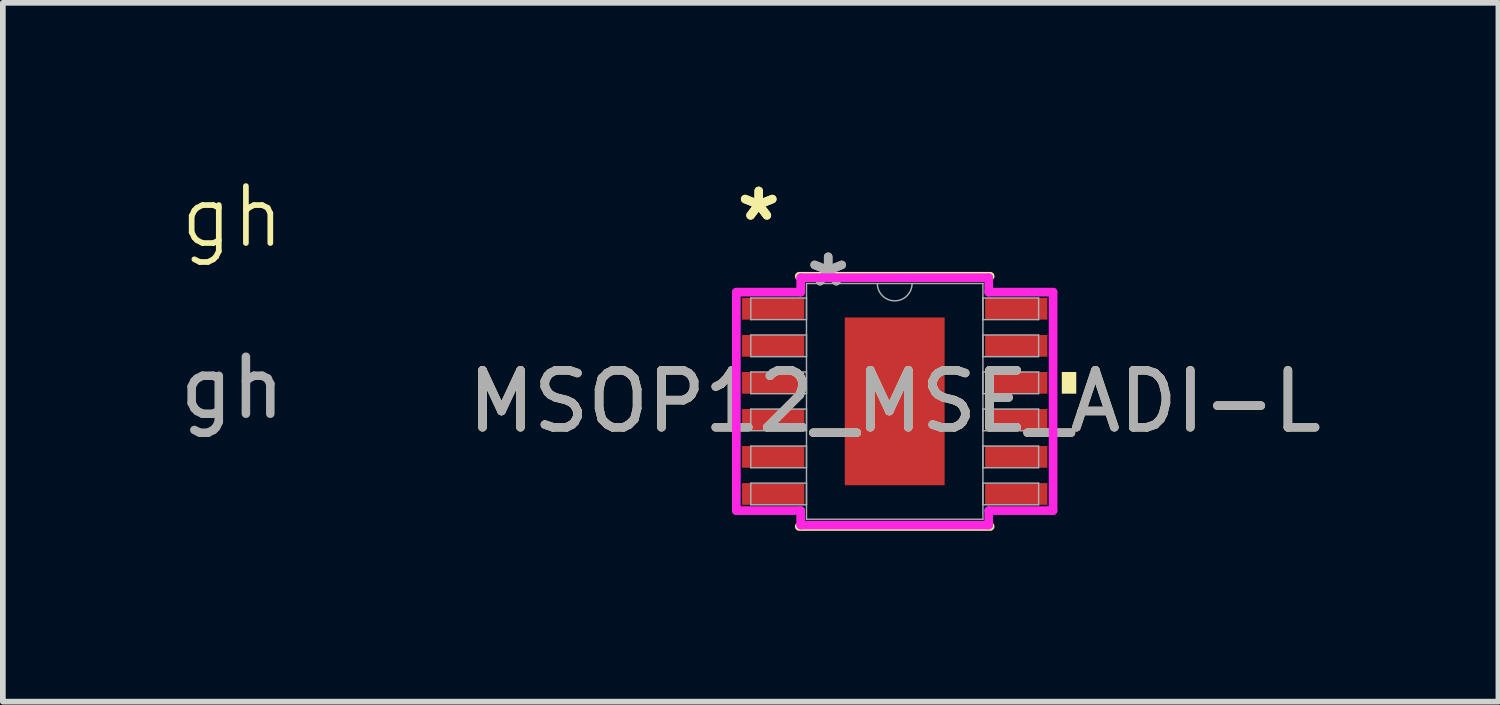
<source format=kicad_pcb>
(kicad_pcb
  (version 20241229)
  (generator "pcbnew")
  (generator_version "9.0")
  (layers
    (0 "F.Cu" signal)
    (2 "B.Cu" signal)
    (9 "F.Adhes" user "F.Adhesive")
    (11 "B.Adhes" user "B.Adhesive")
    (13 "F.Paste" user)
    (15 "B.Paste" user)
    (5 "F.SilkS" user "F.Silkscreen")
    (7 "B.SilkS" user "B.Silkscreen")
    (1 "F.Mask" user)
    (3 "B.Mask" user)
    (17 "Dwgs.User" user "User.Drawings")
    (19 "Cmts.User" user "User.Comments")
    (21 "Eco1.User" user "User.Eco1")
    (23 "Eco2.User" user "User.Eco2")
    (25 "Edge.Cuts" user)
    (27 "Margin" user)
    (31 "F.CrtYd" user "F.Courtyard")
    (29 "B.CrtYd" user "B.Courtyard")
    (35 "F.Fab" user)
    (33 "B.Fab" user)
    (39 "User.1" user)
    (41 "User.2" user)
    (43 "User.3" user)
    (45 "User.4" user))
  (footprint "gh"
    (layer "F.Cu")
    (at 1.03 1.26)
    (property "Reference" "gh" (at 0 -0.5 0) (unlocked yes) (layer "F.SilkS") (effects (font (size 1 1) (thickness 0.1))))
    (attr smd)
    (fp_text user "${REFERENCE}" (at 0 2.5 0) (unlocked yes) (layer "F.Fab") (effects (font (size 1 1) (thickness 0.15)))))
  (footprint "MSOP12_MSE_ADI-L"
    (layer "F.Cu")
    (at 12.661 3.998)
    (property "Reference" "MSOP12_MSE_ADI-L" (at 0 0 0) (unlocked yes) (layer "F.SilkS") (effects (font (size 1 1) (thickness 0.15))))
    (attr smd)
    (fp_line (start -1.676 2.197) (end 1.676 2.197) (stroke (width 0.152) (type solid)) (layer "F.SilkS"))
    (fp_line (start 1.676 -2.197) (end -1.676 -2.197) (stroke (width 0.152) (type solid)) (layer "F.SilkS"))
    (fp_poly (pts (xy 3.188 -0.516) (xy 3.188 -0.135) (xy 2.934 -0.135) (xy 2.934 -0.516)) (stroke (width 0) (type solid)) (fill yes) (layer "F.SilkS"))
    (fp_poly (pts (xy -0.776 -1.373) (xy -0.776 -0.1) (xy 0.776 -0.1) (xy 0.776 -1.373)) (stroke (width 0) (type solid)) (fill yes) (layer "F.Paste"))
    (fp_poly (pts (xy -0.776 0.1) (xy -0.776 1.373) (xy 0.776 1.373) (xy 0.776 0.1)) (stroke (width 0) (type solid)) (fill yes) (layer "F.Paste"))
    (fp_line (start -2.781 -1.918) (end -1.651 -1.918) (stroke (width 0.152) (type solid)) (layer "F.CrtYd"))
    (fp_line (start -2.781 1.918) (end -2.781 -1.918) (stroke (width 0.152) (type solid)) (layer "F.CrtYd"))
    (fp_line (start -2.781 1.918) (end -1.651 1.918) (stroke (width 0.152) (type solid)) (layer "F.CrtYd"))
    (fp_line (start -1.651 -2.172) (end 1.651 -2.172) (stroke (width 0.152) (type solid)) (layer "F.CrtYd"))
    (fp_line (start -1.651 -1.918) (end -1.651 -2.172) (stroke (width 0.152) (type solid)) (layer "F.CrtYd"))
    (fp_line (start -1.651 2.172) (end -1.651 1.918) (stroke (width 0.152) (type solid)) (layer "F.CrtYd"))
    (fp_line (start 1.651 -2.172) (end 1.651 -1.918) (stroke (width 0.152) (type solid)) (layer "F.CrtYd"))
    (fp_line (start 1.651 1.918) (end 1.651 2.172) (stroke (width 0.152) (type solid)) (layer "F.CrtYd"))
    (fp_line (start 1.651 2.172) (end -1.651 2.172) (stroke (width 0.152) (type solid)) (layer "F.CrtYd"))
    (fp_line (start 2.781 -1.918) (end 1.651 -1.918) (stroke (width 0.152) (type solid)) (layer "F.CrtYd"))
    (fp_line (start 2.781 -1.918) (end 2.781 1.918) (stroke (width 0.152) (type solid)) (layer "F.CrtYd"))
    (fp_line (start 2.781 1.918) (end 1.651 1.918) (stroke (width 0.152) (type solid)) (layer "F.CrtYd"))
    (fp_line (start -2.527 -1.816) (end -2.527 -1.435) (stroke (width 0.025) (type solid)) (layer "F.Fab"))
    (fp_line (start -2.527 -1.435) (end -1.549 -1.435) (stroke (width 0.025) (type solid)) (layer "F.Fab"))
    (fp_line (start -2.527 -1.166) (end -2.527 -0.785) (stroke (width 0.025) (type solid)) (layer "F.Fab"))
    (fp_line (start -2.527 -0.785) (end -1.549 -0.785) (stroke (width 0.025) (type solid)) (layer "F.Fab"))
    (fp_line (start -2.527 -0.516) (end -2.527 -0.135) (stroke (width 0.025) (type solid)) (layer "F.Fab"))
    (fp_line (start -2.527 -0.135) (end -1.549 -0.135) (stroke (width 0.025) (type solid)) (layer "F.Fab"))
    (fp_line (start -2.527 0.135) (end -2.527 0.516) (stroke (width 0.025) (type solid)) (layer "F.Fab"))
    (fp_line (start -2.527 0.516) (end -1.549 0.516) (stroke (width 0.025) (type solid)) (layer "F.Fab"))
    (fp_line (start -2.527 0.785) (end -2.527 1.166) (stroke (width 0.025) (type solid)) (layer "F.Fab"))
    (fp_line (start -2.527 1.166) (end -1.549 1.166) (stroke (width 0.025) (type solid)) (layer "F.Fab"))
    (fp_line (start -2.527 1.435) (end -2.527 1.816) (stroke (width 0.025) (type solid)) (layer "F.Fab"))
    (fp_line (start -2.527 1.816) (end -1.549 1.816) (stroke (width 0.025) (type solid)) (layer "F.Fab"))
    (fp_line (start -1.549 -2.07) (end -1.549 2.07) (stroke (width 0.025) (type solid)) (layer "F.Fab"))
    (fp_line (start -1.549 -1.816) (end -2.527 -1.816) (stroke (width 0.025) (type solid)) (layer "F.Fab"))
    (fp_line (start -1.549 -1.435) (end -1.549 -1.816) (stroke (width 0.025) (type solid)) (layer "F.Fab"))
    (fp_line (start -1.549 -1.166) (end -2.527 -1.166) (stroke (width 0.025) (type solid)) (layer "F.Fab"))
    (fp_line (start -1.549 -0.785) (end -1.549 -1.166) (stroke (width 0.025) (type solid)) (layer "F.Fab"))
    (fp_line (start -1.549 -0.516) (end -2.527 -0.516) (stroke (width 0.025) (type solid)) (layer "F.Fab"))
    (fp_line (start -1.549 -0.135) (end -1.549 -0.516) (stroke (width 0.025) (type solid)) (layer "F.Fab"))
    (fp_line (start -1.549 0.135) (end -2.527 0.135) (stroke (width 0.025) (type solid)) (layer "F.Fab"))
    (fp_line (start -1.549 0.516) (end -1.549 0.135) (stroke (width 0.025) (type solid)) (layer "F.Fab"))
    (fp_line (start -1.549 0.785) (end -2.527 0.785) (stroke (width 0.025) (type solid)) (layer "F.Fab"))
    (fp_line (start -1.549 1.166) (end -1.549 0.785) (stroke (width 0.025) (type solid)) (layer "F.Fab"))
    (fp_line (start -1.549 1.435) (end -2.527 1.435) (stroke (width 0.025) (type solid)) (layer "F.Fab"))
    (fp_line (start -1.549 1.816) (end -1.549 1.435) (stroke (width 0.025) (type solid)) (layer "F.Fab"))
    (fp_line (start -1.549 2.07) (end 1.549 2.07) (stroke (width 0.025) (type solid)) (layer "F.Fab"))
    (fp_line (start 1.549 -2.07) (end -1.549 -2.07) (stroke (width 0.025) (type solid)) (layer "F.Fab"))
    (fp_line (start 1.549 -1.816) (end 1.549 -1.435) (stroke (width 0.025) (type solid)) (layer "F.Fab"))
    (fp_line (start 1.549 -1.435) (end 2.527 -1.435) (stroke (width 0.025) (type solid)) (layer "F.Fab"))
    (fp_line (start 1.549 -1.166) (end 1.549 -0.785) (stroke (width 0.025) (type solid)) (layer "F.Fab"))
    (fp_line (start 1.549 -0.785) (end 2.527 -0.785) (stroke (width 0.025) (type solid)) (layer "F.Fab"))
    (fp_line (start 1.549 -0.516) (end 1.549 -0.135) (stroke (width 0.025) (type solid)) (layer "F.Fab"))
    (fp_line (start 1.549 -0.135) (end 2.527 -0.135) (stroke (width 0.025) (type solid)) (layer "F.Fab"))
    (fp_line (start 1.549 0.135) (end 1.549 0.516) (stroke (width 0.025) (type solid)) (layer "F.Fab"))
    (fp_line (start 1.549 0.516) (end 2.527 0.516) (stroke (width 0.025) (type solid)) (layer "F.Fab"))
    (fp_line (start 1.549 0.785) (end 1.549 1.166) (stroke (width 0.025) (type solid)) (layer "F.Fab"))
    (fp_line (start 1.549 1.166) (end 2.527 1.166) (stroke (width 0.025) (type solid)) (layer "F.Fab"))
    (fp_line (start 1.549 1.435) (end 1.549 1.816) (stroke (width 0.025) (type solid)) (layer "F.Fab"))
    (fp_line (start 1.549 1.816) (end 2.527 1.816) (stroke (width 0.025) (type solid)) (layer "F.Fab"))
    (fp_line (start 1.549 2.07) (end 1.549 -2.07) (stroke (width 0.025) (type solid)) (layer "F.Fab"))
    (fp_line (start 2.527 -1.816) (end 1.549 -1.816) (stroke (width 0.025) (type solid)) (layer "F.Fab"))
    (fp_line (start 2.527 -1.435) (end 2.527 -1.816) (stroke (width 0.025) (type solid)) (layer "F.Fab"))
    (fp_line (start 2.527 -1.166) (end 1.549 -1.166) (stroke (width 0.025) (type solid)) (layer "F.Fab"))
    (fp_line (start 2.527 -0.785) (end 2.527 -1.166) (stroke (width 0.025) (type solid)) (layer "F.Fab"))
    (fp_line (start 2.527 -0.516) (end 1.549 -0.516) (stroke (width 0.025) (type solid)) (layer "F.Fab"))
    (fp_line (start 2.527 -0.135) (end 2.527 -0.516) (stroke (width 0.025) (type solid)) (layer "F.Fab"))
    (fp_line (start 2.527 0.135) (end 1.549 0.135) (stroke (width 0.025) (type solid)) (layer "F.Fab"))
    (fp_line (start 2.527 0.516) (end 2.527 0.135) (stroke (width 0.025) (type solid)) (layer "F.Fab"))
    (fp_line (start 2.527 0.785) (end 1.549 0.785) (stroke (width 0.025) (type solid)) (layer "F.Fab"))
    (fp_line (start 2.527 1.166) (end 2.527 0.785) (stroke (width 0.025) (type solid)) (layer "F.Fab"))
    (fp_line (start 2.527 1.435) (end 1.549 1.435) (stroke (width 0.025) (type solid)) (layer "F.Fab"))
    (fp_line (start 2.527 1.816) (end 2.527 1.435) (stroke (width 0.025) (type solid)) (layer "F.Fab"))
    (fp_arc (start 0.3048 -2.0701) (mid 0 -1.7653) (end -0.3048 -2.0701) (stroke (width 0.0254) (type solid)) (layer "F.Fab"))
    (fp_text user "*" (at -2.388 -3.15 0) (layer "F.SilkS") (effects (font (size 1 1) (thickness 0.15))))
    (fp_text user "*" (at -2.388 -3.15 0) (unlocked yes) (layer "F.SilkS") (effects (font (size 1 1) (thickness 0.15))))
    (fp_text user "*" (at -1.168 -1.994 0) (unlocked yes) (layer "F.Fab") (effects (font (size 1 1) (thickness 0.15))))
    (fp_text user "${REFERENCE}" (at 0 0 0) (unlocked yes) (layer "F.Fab") (effects (font (size 1 1) (thickness 0.15))))
    (fp_text user "*" (at -1.168 -1.994 0) (layer "F.Fab") (effects (font (size 1 1) (thickness 0.15))))
    (pad "1" smd rect (at -2.134 -1.626) (size 1.092 0.381) (layers "F.Cu" "F.Mask" "F.Paste"))
    (pad "2" smd rect (at -2.134 -0.975) (size 1.092 0.381) (layers "F.Cu" "F.Mask" "F.Paste"))
    (pad "3" smd rect (at -2.134 -0.325) (size 1.092 0.381) (layers "F.Cu" "F.Mask" "F.Paste"))
    (pad "4" smd rect (at -2.134 0.325) (size 1.092 0.381) (layers "F.Cu" "F.Mask" "F.Paste"))
    (pad "5" smd rect (at -2.134 0.975) (size 1.092 0.381) (layers "F.Cu" "F.Mask" "F.Paste"))
    (pad "6" smd rect (at -2.134 1.626) (size 1.092 0.381) (layers "F.Cu" "F.Mask" "F.Paste"))
    (pad "7" smd rect (at 2.134 1.626) (size 1.092 0.381) (layers "F.Cu" "F.Mask" "F.Paste"))
    (pad "8" smd rect (at 2.134 0.975) (size 1.092 0.381) (layers "F.Cu" "F.Mask" "F.Paste"))
    (pad "9" smd rect (at 2.134 0.325) (size 1.092 0.381) (layers "F.Cu" "F.Mask" "F.Paste"))
    (pad "10" smd rect (at 2.134 -0.325) (size 1.092 0.381) (layers "F.Cu" "F.Mask" "F.Paste"))
    (pad "11" smd rect (at 2.134 -0.975) (size 1.092 0.381) (layers "F.Cu" "F.Mask" "F.Paste"))
    (pad "12" smd rect (at 2.134 -1.626) (size 1.092 0.381) (layers "F.Cu" "F.Mask" "F.Paste"))
    (pad "EPAD" smd rect (at 0 0) (size 1.753 2.946) (layers "F.Cu" "F.Mask")))
  (gr_rect
    (start -3 -3)
    (end 23.262 9.271)
    (stroke (width 0.1) (type default))
    (fill no)
    (layer "Edge.Cuts")))
</source>
